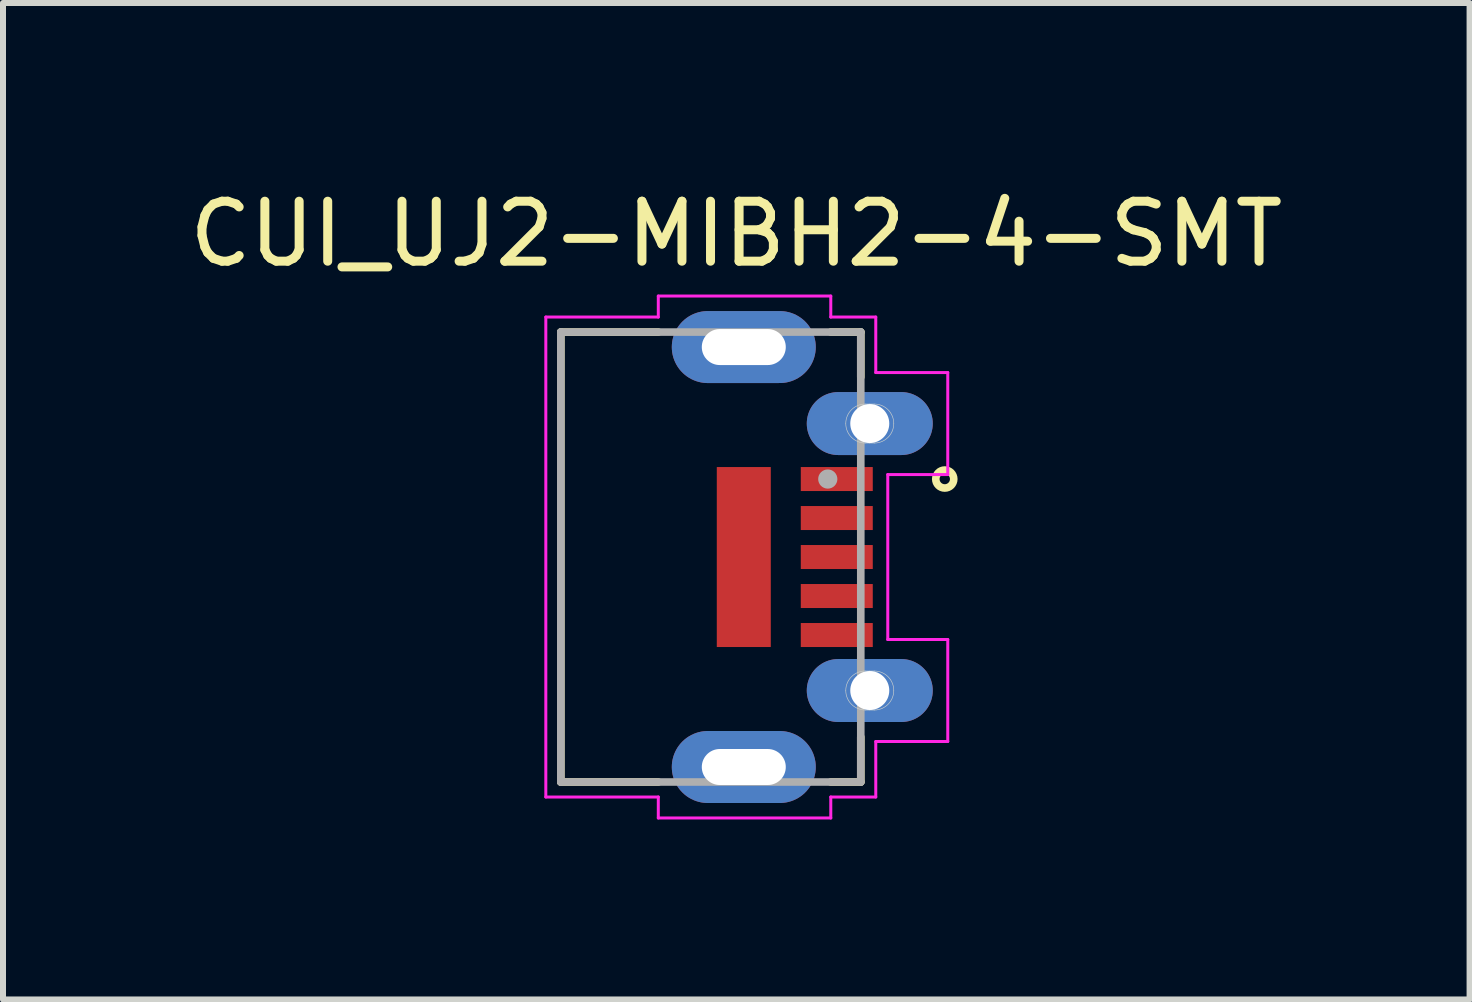
<source format=kicad_pcb>
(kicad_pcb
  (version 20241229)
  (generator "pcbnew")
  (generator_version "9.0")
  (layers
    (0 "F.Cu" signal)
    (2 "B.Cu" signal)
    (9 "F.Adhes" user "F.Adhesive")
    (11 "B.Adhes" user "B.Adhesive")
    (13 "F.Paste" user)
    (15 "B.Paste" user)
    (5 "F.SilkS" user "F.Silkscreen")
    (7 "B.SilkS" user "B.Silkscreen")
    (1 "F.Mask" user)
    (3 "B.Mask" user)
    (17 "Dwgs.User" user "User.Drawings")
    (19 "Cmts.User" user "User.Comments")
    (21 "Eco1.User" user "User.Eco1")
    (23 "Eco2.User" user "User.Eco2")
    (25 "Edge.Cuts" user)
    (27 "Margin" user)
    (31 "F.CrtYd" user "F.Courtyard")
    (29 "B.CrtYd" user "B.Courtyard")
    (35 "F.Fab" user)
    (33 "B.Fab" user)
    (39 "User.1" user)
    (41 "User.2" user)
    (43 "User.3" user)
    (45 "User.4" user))
  (footprint "CUI_UJ2-MIBH2-4-SMT"
    (layer "F.Cu")
    (at 10.898 4.935)
    (property "Reference" "CUI_UJ2-MIBH2-4-SMT" (at -1.676 -4.086 0) (layer "F.SilkS") (effects (font (size 1 1) (thickness 0.15))))
    (attr smd)
    (fp_line (start -4.6 -2.45) (end -2.975 -2.45) (stroke (width 0.127) (type solid)) (layer "F.SilkS"))
    (fp_line (start -4.6 5.05) (end -4.6 -2.45) (stroke (width 0.127) (type solid)) (layer "F.SilkS"))
    (fp_line (start -2.975 5.05) (end -4.6 5.05) (stroke (width 0.127) (type solid)) (layer "F.SilkS"))
    (fp_line (start -0.1 -2.45) (end 0.4 -2.45) (stroke (width 0.127) (type solid)) (layer "F.SilkS"))
    (fp_line (start 0.4 -2.45) (end 0.4 -1.7) (stroke (width 0.127) (type solid)) (layer "F.SilkS"))
    (fp_line (start 0.4 4.3) (end 0.4 5.05) (stroke (width 0.127) (type solid)) (layer "F.SilkS"))
    (fp_line (start 0.4 5.05) (end -0.1 5.05) (stroke (width 0.127) (type solid)) (layer "F.SilkS"))
    (fp_circle (center 1.8 0) (end 1.95 0) (stroke (width 0.127) (type solid)) (fill no) (layer "F.SilkS"))
    (fp_line (start 0.475 -1.25) (end 0.55 -1.25) (stroke (width 0.01) (type solid)) (layer "Edge.Cuts"))
    (fp_line (start 0.475 3.2) (end 0.55 3.2) (stroke (width 0.01) (type solid)) (layer "Edge.Cuts"))
    (fp_line (start 0.55 -1.25) (end 0.625 -1.25) (stroke (width 0.01) (type solid)) (layer "Edge.Cuts"))
    (fp_line (start 0.55 -0.6) (end 0.475 -0.6) (stroke (width 0.01) (type solid)) (layer "Edge.Cuts"))
    (fp_line (start 0.55 3.2) (end 0.625 3.2) (stroke (width 0.01) (type solid)) (layer "Edge.Cuts"))
    (fp_line (start 0.55 3.85) (end 0.475 3.85) (stroke (width 0.01) (type solid)) (layer "Edge.Cuts"))
    (fp_line (start 0.625 -0.6) (end 0.55 -0.6) (stroke (width 0.01) (type solid)) (layer "Edge.Cuts"))
    (fp_line (start 0.625 3.85) (end 0.55 3.85) (stroke (width 0.01) (type solid)) (layer "Edge.Cuts"))
    (fp_arc (start 0.15 -0.925) (mid 0.245337 -1.155163) (end 0.4755 -1.2505) (stroke (width 0.01) (type solid)) (layer "Edge.Cuts"))
    (fp_arc (start 0.15 3.525) (mid 0.245337 3.294837) (end 0.4755 3.1995) (stroke (width 0.01) (type solid)) (layer "Edge.Cuts"))
    (fp_arc (start 0.475 -0.6) (mid 0.24519 -0.69519) (end 0.15 -0.925) (stroke (width 0.01) (type solid)) (layer "Edge.Cuts"))
    (fp_arc (start 0.475 3.85) (mid 0.24519 3.75481) (end 0.15 3.525) (stroke (width 0.01) (type solid)) (layer "Edge.Cuts"))
    (fp_arc (start 0.625 -1.25) (mid 0.85481 -1.15481) (end 0.95 -0.925) (stroke (width 0.01) (type solid)) (layer "Edge.Cuts"))
    (fp_arc (start 0.625 3.2) (mid 0.85481 3.29519) (end 0.95 3.525) (stroke (width 0.01) (type solid)) (layer "Edge.Cuts"))
    (fp_arc (start 0.95 -0.925) (mid 0.854663 -0.694837) (end 0.6245 -0.5995) (stroke (width 0.01) (type solid)) (layer "Edge.Cuts"))
    (fp_arc (start 0.95 3.525) (mid 0.854663 3.755163) (end 0.6245 3.8505) (stroke (width 0.01) (type solid)) (layer "Edge.Cuts"))
    (fp_line (start -4.85 -2.7) (end -2.975 -2.7) (stroke (width 0.05) (type solid)) (layer "F.CrtYd"))
    (fp_line (start -4.85 5.3) (end -4.85 -2.7) (stroke (width 0.05) (type solid)) (layer "F.CrtYd"))
    (fp_line (start -2.975 -3.05) (end -0.1 -3.05) (stroke (width 0.05) (type solid)) (layer "F.CrtYd"))
    (fp_line (start -2.975 -2.7) (end -2.975 -3.05) (stroke (width 0.05) (type solid)) (layer "F.CrtYd"))
    (fp_line (start -2.975 5.3) (end -4.85 5.3) (stroke (width 0.05) (type solid)) (layer "F.CrtYd"))
    (fp_line (start -2.975 5.65) (end -2.975 5.3) (stroke (width 0.05) (type solid)) (layer "F.CrtYd"))
    (fp_line (start -0.1 -3.05) (end -0.1 -2.7) (stroke (width 0.05) (type solid)) (layer "F.CrtYd"))
    (fp_line (start -0.1 -2.7) (end 0.65 -2.7) (stroke (width 0.05) (type solid)) (layer "F.CrtYd"))
    (fp_line (start -0.1 5.3) (end -0.1 5.65) (stroke (width 0.05) (type solid)) (layer "F.CrtYd"))
    (fp_line (start -0.1 5.65) (end -2.975 5.65) (stroke (width 0.05) (type solid)) (layer "F.CrtYd"))
    (fp_line (start 0.65 -2.7) (end 0.65 -1.775) (stroke (width 0.05) (type solid)) (layer "F.CrtYd"))
    (fp_line (start 0.65 -1.775) (end 1.85 -1.775) (stroke (width 0.05) (type solid)) (layer "F.CrtYd"))
    (fp_line (start 0.65 4.375) (end 0.65 5.3) (stroke (width 0.05) (type solid)) (layer "F.CrtYd"))
    (fp_line (start 0.65 5.3) (end -0.1 5.3) (stroke (width 0.05) (type solid)) (layer "F.CrtYd"))
    (fp_line (start 0.85 -0.075) (end 0.85 2.675) (stroke (width 0.05) (type solid)) (layer "F.CrtYd"))
    (fp_line (start 0.85 2.675) (end 1.85 2.675) (stroke (width 0.05) (type solid)) (layer "F.CrtYd"))
    (fp_line (start 1.85 -1.775) (end 1.85 -0.075) (stroke (width 0.05) (type solid)) (layer "F.CrtYd"))
    (fp_line (start 1.85 -0.075) (end 0.85 -0.075) (stroke (width 0.05) (type solid)) (layer "F.CrtYd"))
    (fp_line (start 1.85 2.675) (end 1.85 4.375) (stroke (width 0.05) (type solid)) (layer "F.CrtYd"))
    (fp_line (start 1.85 4.375) (end 0.65 4.375) (stroke (width 0.05) (type solid)) (layer "F.CrtYd"))
    (fp_line (start -4.6 -2.45) (end 0.4 -2.45) (stroke (width 0.127) (type solid)) (layer "F.Fab"))
    (fp_line (start -4.6 5.05) (end -4.6 -2.45) (stroke (width 0.127) (type solid)) (layer "F.Fab"))
    (fp_line (start 0.4 -2.45) (end 0.4 5.05) (stroke (width 0.127) (type solid)) (layer "F.Fab"))
    (fp_line (start 0.4 5.05) (end -4.6 5.05) (stroke (width 0.127) (type solid)) (layer "F.Fab"))
    (fp_circle (center -0.15 0) (end -0.07 0) (stroke (width 0.16) (type solid)) (fill no) (layer "F.Fab"))
    (pad "1" smd rect (at 0 0) (size 1.2 0.4) (layers "F.Cu" "F.Mask" "F.Paste"))
    (pad "2" smd rect (at 0 0.65) (size 1.2 0.4) (layers "F.Cu" "F.Mask" "F.Paste"))
    (pad "3" smd rect (at 0 1.3) (size 1.2 0.4) (layers "F.Cu" "F.Mask" "F.Paste"))
    (pad "4" smd rect (at 0 1.95) (size 1.2 0.4) (layers "F.Cu" "F.Mask" "F.Paste"))
    (pad "5" smd rect (at 0 2.6) (size 1.2 0.4) (layers "F.Cu" "F.Mask" "F.Paste"))
    (pad "SH1" thru_hole oval (at -1.55 -2.2) (size 2.4 1.2) (drill oval 1.4 0.6) (layers "*.Cu" "*.Mask"))
    (pad "SH2" thru_hole oval (at 0.55 -0.925) (size 2.1 1.05) (drill 0.65) (layers "*.Cu" "*.Mask"))
    (pad "SH3" smd rect (at -1.55 1.3) (size 0.9 3) (layers "F.Cu" "F.Mask" "F.Paste"))
    (pad "SH4" thru_hole oval (at -1.55 4.8) (size 2.4 1.2) (drill oval 1.4 0.6) (layers "*.Cu" "*.Mask"))
    (pad "SH5" thru_hole oval (at 0.55 3.525) (size 2.1 1.05) (drill 0.65) (layers "*.Cu" "*.Mask")))
  (gr_rect
    (start -3 -3)
    (end 21.446 13.61)
    (stroke (width 0.1) (type default))
    (fill no)
    (layer "Edge.Cuts")))
</source>
